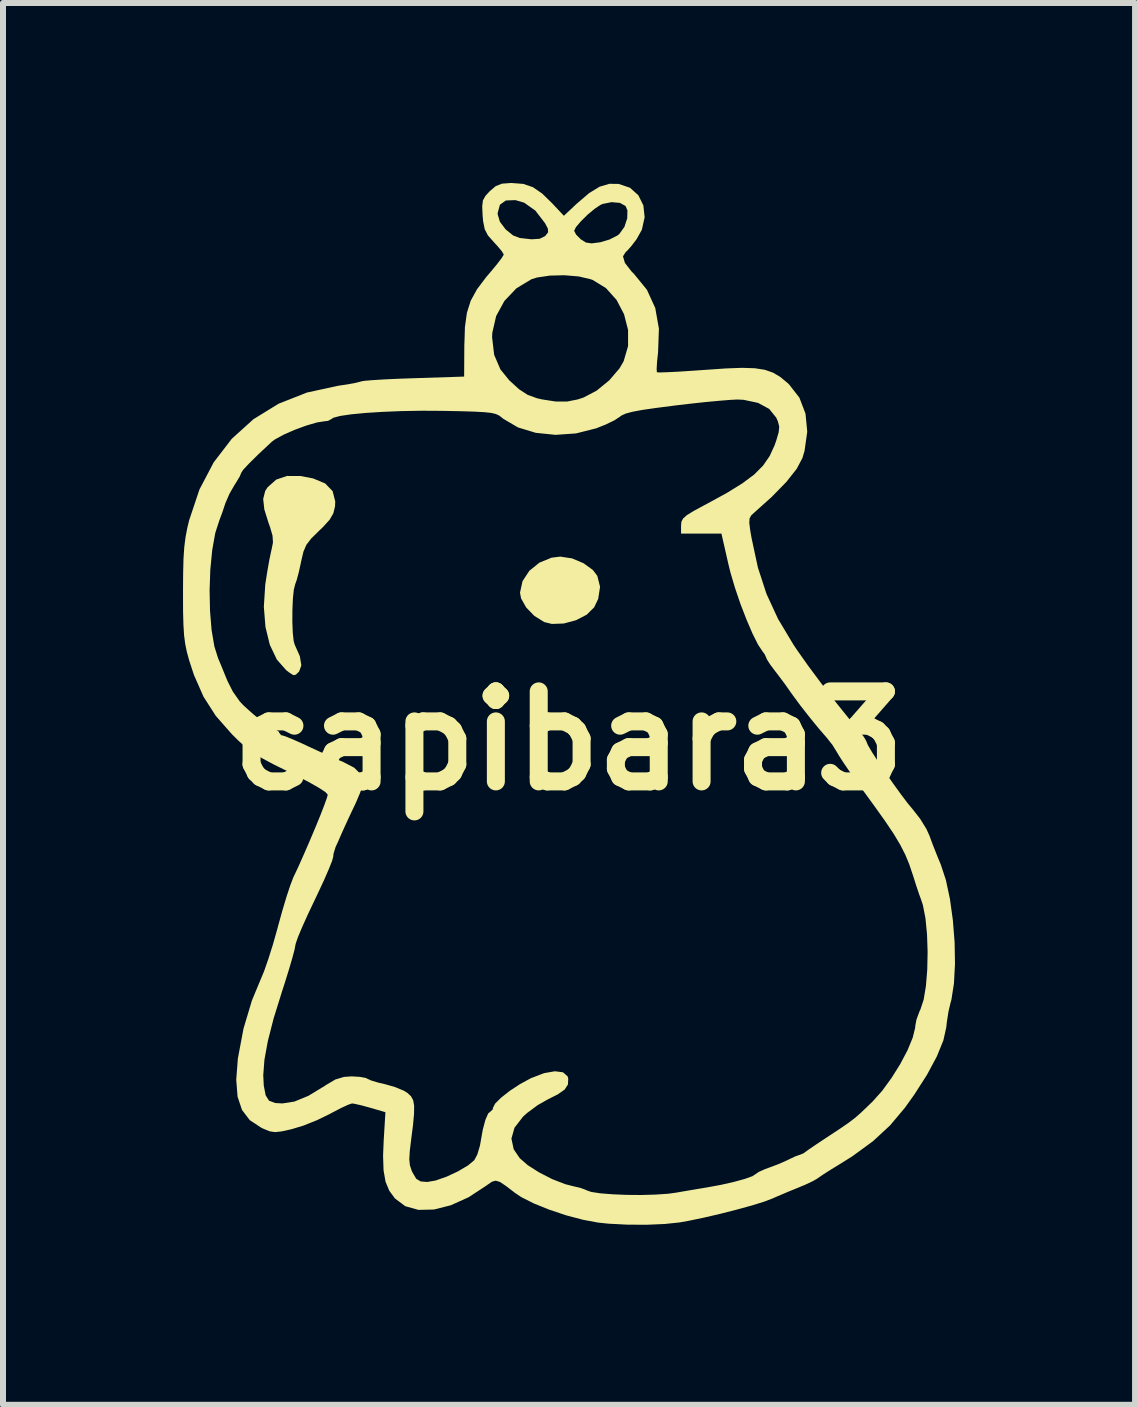
<source format=kicad_pcb>
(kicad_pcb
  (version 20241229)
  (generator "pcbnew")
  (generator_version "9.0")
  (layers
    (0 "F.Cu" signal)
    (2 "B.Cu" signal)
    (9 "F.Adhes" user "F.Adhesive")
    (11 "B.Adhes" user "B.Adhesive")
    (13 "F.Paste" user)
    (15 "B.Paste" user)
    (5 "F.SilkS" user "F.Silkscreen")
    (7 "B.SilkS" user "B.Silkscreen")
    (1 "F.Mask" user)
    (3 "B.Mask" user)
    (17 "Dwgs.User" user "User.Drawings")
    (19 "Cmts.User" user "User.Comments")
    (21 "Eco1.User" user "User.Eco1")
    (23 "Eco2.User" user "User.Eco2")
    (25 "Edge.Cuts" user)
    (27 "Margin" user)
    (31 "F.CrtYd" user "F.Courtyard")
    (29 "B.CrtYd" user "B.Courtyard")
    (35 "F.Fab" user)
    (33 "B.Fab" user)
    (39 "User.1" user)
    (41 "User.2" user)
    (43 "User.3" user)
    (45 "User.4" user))
  (footprint "capibara3"
    (layer "F.Cu")
    (at 6.428 9.294)
    (property "Reference" "capibara3" (at 0 0 0) (layer "F.SilkS") (effects (font (size 1.5 1.5) (thickness 0.3))))
    (attr board_only exclude_from_pos_files exclude_from_bom)
    (fp_poly (pts (xy 0.056 -3.038) (xy 0.248 -2.957) (xy 0.403 -2.844) (xy 0.476 -2.748) (xy 0.522 -2.565) (xy 0.491 -2.363) (xy 0.424 -2.223) (xy 0.301 -2.101) (xy 0.122 -2.008) (xy -0.083 -1.953) (xy -0.281 -1.946) (xy -0.408 -1.977) (xy -0.573 -2.08) (xy -0.709 -2.22) (xy -0.794 -2.371) (xy -0.812 -2.467) (xy -0.77 -2.659) (xy -0.656 -2.832) (xy -0.489 -2.967) (xy -0.287 -3.05) (xy -0.14 -3.068)) (stroke (width 0) (type solid)) (fill yes) (layer "F.SilkS"))
    (fp_poly (pts (xy -4.47 -4.411) (xy -4.26 -4.371) (xy -4.059 -4.287) (xy -3.935 -4.159) (xy -3.891 -3.988) (xy -3.895 -3.903) (xy -3.923 -3.789) (xy -3.985 -3.682) (xy -4.097 -3.559) (xy -4.162 -3.497) (xy -4.292 -3.369) (xy -4.372 -3.265) (xy -4.421 -3.151) (xy -4.458 -2.995) (xy -4.461 -2.978) (xy -4.497 -2.814) (xy -4.533 -2.679) (xy -4.558 -2.609) (xy -4.581 -2.519) (xy -4.597 -2.367) (xy -4.605 -2.179) (xy -4.606 -1.981) (xy -4.599 -1.8) (xy -4.584 -1.661) (xy -4.567 -1.601) (xy -4.481 -1.408) (xy -4.456 -1.255) (xy -4.493 -1.153) (xy -4.495 -1.151) (xy -4.548 -1.1) (xy -4.589 -1.092) (xy -4.651 -1.131) (xy -4.71 -1.177) (xy -4.865 -1.353) (xy -4.981 -1.597) (xy -5.054 -1.895) (xy -5.081 -2.232) (xy -5.058 -2.594) (xy -5.056 -2.612) (xy -5.024 -2.817) (xy -4.99 -3.01) (xy -4.959 -3.158) (xy -4.953 -3.182) (xy -4.929 -3.303) (xy -4.936 -3.416) (xy -4.977 -3.558) (xy -5.001 -3.624) (xy -5.073 -3.854) (xy -5.092 -4.029) (xy -5.058 -4.163) (xy -5.018 -4.224) (xy -4.875 -4.351) (xy -4.696 -4.412)) (stroke (width 0) (type solid)) (fill yes) (layer "F.SilkS"))
    (fp_poly (pts (xy -0.756 -9.279) (xy -0.596 -9.224) (xy -0.441 -9.117) (xy -0.278 -8.958) (xy -0.081 -8.748) (xy 0.133 -8.949) (xy 0.339 -9.125) (xy 0.515 -9.233) (xy 0.678 -9.281) (xy 0.831 -9.279) (xy 1.021 -9.215) (xy 1.161 -9.089) (xy 1.244 -8.92) (xy 1.265 -8.723) (xy 1.219 -8.516) (xy 1.131 -8.358) (xy 1.045 -8.245) (xy 0.974 -8.165) (xy 0.95 -8.145) (xy 0.904 -8.072) (xy 0.936 -7.963) (xy 1.045 -7.822) (xy 1.087 -7.78) (xy 1.303 -7.515) (xy 1.442 -7.211) (xy 1.503 -6.866) (xy 1.489 -6.473) (xy 1.489 -6.473) (xy 1.472 -6.315) (xy 1.465 -6.196) (xy 1.469 -6.141) (xy 1.469 -6.14) (xy 1.518 -6.137) (xy 1.642 -6.141) (xy 1.827 -6.15) (xy 2.056 -6.165) (xy 2.274 -6.18) (xy 2.62 -6.204) (xy 2.891 -6.214) (xy 3.103 -6.207) (xy 3.269 -6.181) (xy 3.404 -6.134) (xy 3.524 -6.063) (xy 3.643 -5.965) (xy 3.672 -5.938) (xy 3.844 -5.717) (xy 3.946 -5.45) (xy 3.975 -5.15) (xy 3.93 -4.83) (xy 3.895 -4.712) (xy 3.8 -4.532) (xy 3.629 -4.315) (xy 3.383 -4.063) (xy 3.099 -3.808) (xy 3.043 -3.757) (xy 3.014 -3.706) (xy 3.009 -3.631) (xy 3.024 -3.51) (xy 3.047 -3.377) (xy 3.153 -2.884) (xy 3.296 -2.446) (xy 3.488 -2.03) (xy 3.743 -1.604) (xy 3.799 -1.52) (xy 3.99 -1.249) (xy 4.221 -0.939) (xy 4.47 -0.617) (xy 4.718 -0.309) (xy 4.845 -0.158) (xy 4.919 -0.062) (xy 4.959 0.006) (xy 4.961 0.015) (xy 4.987 0.076) (xy 5.056 0.193) (xy 5.157 0.35) (xy 5.278 0.529) (xy 5.408 0.716) (xy 5.536 0.893) (xy 5.65 1.044) (xy 5.738 1.15) (xy 5.858 1.304) (xy 5.96 1.469) (xy 6.01 1.579) (xy 6.067 1.733) (xy 6.142 1.923) (xy 6.2 2.062) (xy 6.285 2.32) (xy 6.353 2.638) (xy 6.402 2.993) (xy 6.431 3.361) (xy 6.437 3.719) (xy 6.42 4.044) (xy 6.378 4.313) (xy 6.361 4.376) (xy 6.328 4.517) (xy 6.301 4.693) (xy 6.292 4.776) (xy 6.244 4.993) (xy 6.135 5.261) (xy 5.971 5.567) (xy 5.757 5.901) (xy 5.603 6.116) (xy 5.356 6.41) (xy 5.071 6.674) (xy 4.729 6.924) (xy 4.512 7.06) (xy 4.36 7.153) (xy 4.232 7.235) (xy 4.155 7.288) (xy 4.151 7.292) (xy 4.072 7.338) (xy 3.943 7.399) (xy 3.838 7.443) (xy 3.659 7.516) (xy 3.475 7.594) (xy 3.396 7.629) (xy 3.256 7.682) (xy 3.05 7.746) (xy 2.799 7.815) (xy 2.524 7.885) (xy 2.249 7.949) (xy 1.994 8.002) (xy 1.85 8.028) (xy 1.601 8.054) (xy 1.298 8.067) (xy 0.974 8.065) (xy 0.664 8.049) (xy 0.491 8.031) (xy 0.238 7.984) (xy -0.042 7.91) (xy -0.323 7.816) (xy -0.581 7.712) (xy -0.791 7.606) (xy -0.894 7.537) (xy -1.045 7.421) (xy -1.145 7.354) (xy -1.216 7.332) (xy -1.278 7.349) (xy -1.352 7.399) (xy -1.367 7.411) (xy -1.668 7.608) (xy -1.965 7.742) (xy -2.247 7.813) (xy -2.504 7.819) (xy -2.723 7.758) (xy -2.896 7.629) (xy -2.991 7.499) (xy -3.053 7.349) (xy -3.086 7.159) (xy -3.094 6.914) (xy -3.084 6.671) (xy -3.055 6.191) (xy -3.305 6.118) (xy -3.451 6.078) (xy -3.565 6.052) (xy -3.611 6.045) (xy -3.674 6.066) (xy -3.793 6.121) (xy -3.945 6.2) (xy -3.991 6.225) (xy -4.195 6.324) (xy -4.42 6.414) (xy -4.618 6.474) (xy -4.621 6.475) (xy -4.785 6.511) (xy -4.894 6.523) (xy -4.982 6.51) (xy -5.081 6.47) (xy -5.129 6.447) (xy -5.316 6.323) (xy -5.445 6.154) (xy -5.519 5.932) (xy -5.541 5.649) (xy -5.514 5.297) (xy -5.512 5.287) (xy -5.42 4.798) (xy -5.28 4.33) (xy -5.14 3.993) (xy -5.079 3.847) (xy -5.006 3.638) (xy -4.929 3.394) (xy -4.857 3.139) (xy -4.844 3.09) (xy -4.776 2.844) (xy -4.707 2.612) (xy -4.642 2.415) (xy -4.59 2.278) (xy -4.579 2.256) (xy -4.502 2.092) (xy -4.413 1.892) (xy -4.318 1.673) (xy -4.225 1.453) (xy -4.141 1.248) (xy -4.074 1.075) (xy -4.03 0.953) (xy -4.016 0.899) (xy -4.055 0.856) (xy -4.167 0.783) (xy -4.339 0.685) (xy -4.562 0.571) (xy -4.656 0.524) (xy -4.912 0.398) (xy -5.105 0.295) (xy -5.256 0.203) (xy -5.382 0.109) (xy -5.505 -0.001) (xy -5.614 -0.109) (xy -5.882 -0.414) (xy -6.087 -0.734) (xy -6.246 -1.096) (xy -6.323 -1.331) (xy -6.363 -1.476) (xy -6.391 -1.61) (xy -6.41 -1.755) (xy -6.421 -1.928) (xy -6.427 -2.151) (xy -6.428 -2.441) (xy -6.428 -2.481) (xy -6.428 -2.508) (xy -5.985 -2.508) (xy -5.978 -2.164) (xy -5.952 -1.844) (xy -5.905 -1.569) (xy -5.844 -1.376) (xy -5.794 -1.257) (xy -5.729 -1.097) (xy -5.686 -0.993) (xy -5.598 -0.819) (xy -5.483 -0.655) (xy -5.419 -0.587) (xy -5.26 -0.444) (xy -5.107 -0.32) (xy -4.978 -0.229) (xy -4.891 -0.183) (xy -4.875 -0.18) (xy -4.829 -0.148) (xy -4.827 -0.135) (xy -4.793 -0.092) (xy -4.779 -0.09) (xy -4.72 -0.072) (xy -4.6 -0.023) (xy -4.44 0.048) (xy -4.34 0.095) (xy -4.145 0.185) (xy -3.958 0.269) (xy -3.81 0.333) (xy -3.767 0.35) (xy -3.575 0.45) (xy -3.455 0.569) (xy -3.418 0.664) (xy -3.432 0.739) (xy -3.478 0.871) (xy -3.548 1.036) (xy -3.581 1.105) (xy -3.665 1.283) (xy -3.738 1.442) (xy -3.789 1.555) (xy -3.799 1.579) (xy -3.85 1.696) (xy -3.885 1.77) (xy -3.92 1.884) (xy -3.925 1.935) (xy -3.944 2.004) (xy -3.997 2.137) (xy -4.076 2.319) (xy -4.176 2.534) (xy -4.24 2.669) (xy -4.348 2.896) (xy -4.44 3.101) (xy -4.51 3.267) (xy -4.549 3.378) (xy -4.556 3.411) (xy -4.57 3.485) (xy -4.608 3.627) (xy -4.665 3.821) (xy -4.736 4.049) (xy -4.782 4.191) (xy -4.919 4.632) (xy -5.014 5.004) (xy -5.071 5.315) (xy -5.091 5.576) (xy -5.082 5.748) (xy -5.051 5.909) (xy -4.995 5.999) (xy -4.893 6.038) (xy -4.772 6.045) (xy -4.572 6.014) (xy -4.34 5.919) (xy -4.068 5.754) (xy -4.05 5.741) (xy -3.889 5.646) (xy -3.745 5.603) (xy -3.619 5.594) (xy -3.482 5.602) (xy -3.383 5.62) (xy -3.359 5.632) (xy -3.294 5.662) (xy -3.171 5.699) (xy -3.059 5.725) (xy -2.895 5.772) (xy -2.75 5.832) (xy -2.687 5.871) (xy -2.629 5.925) (xy -2.593 5.99) (xy -2.576 6.083) (xy -2.578 6.219) (xy -2.596 6.414) (xy -2.625 6.639) (xy -2.649 6.839) (xy -2.657 6.976) (xy -2.647 7.075) (xy -2.619 7.161) (xy -2.603 7.196) (xy -2.541 7.301) (xy -2.467 7.345) (xy -2.358 7.354) (xy -2.216 7.329) (xy -2.034 7.265) (xy -1.844 7.176) (xy -1.678 7.078) (xy -1.573 6.99) (xy -1.523 6.895) (xy -1.481 6.754) (xy -1.469 6.69) (xy -1.433 6.485) (xy -1.389 6.32) (xy -1.343 6.213) (xy -1.305 6.181) (xy -1.267 6.145) (xy -1.263 6.119) (xy -1.226 6.047) (xy -1.126 5.948) (xy -0.982 5.835) (xy -0.812 5.723) (xy -0.633 5.626) (xy -0.621 5.621) (xy -0.41 5.54) (xy -0.23 5.509) (xy -0.096 5.526) (xy -0.019 5.593) (xy -0.008 5.631) (xy -0.013 5.729) (xy -0.067 5.813) (xy -0.184 5.895) (xy -0.338 5.972) (xy -0.515 6.072) (xy -0.691 6.202) (xy -0.762 6.266) (xy -0.904 6.45) (xy -0.955 6.631) (xy -0.917 6.809) (xy -0.817 6.957) (xy -0.683 7.074) (xy -0.491 7.196) (xy -0.274 7.307) (xy -0.06 7.39) (xy 0.068 7.423) (xy 0.193 7.452) (xy 0.281 7.484) (xy 0.293 7.491) (xy 0.375 7.52) (xy 0.527 7.543) (xy 0.73 7.559) (xy 0.964 7.569) (xy 1.21 7.571) (xy 1.447 7.564) (xy 1.656 7.55) (xy 1.782 7.533) (xy 1.956 7.503) (xy 2.163 7.468) (xy 2.296 7.446) (xy 2.536 7.402) (xy 2.755 7.352) (xy 2.935 7.303) (xy 3.06 7.258) (xy 3.109 7.226) (xy 3.164 7.188) (xy 3.275 7.138) (xy 3.339 7.115) (xy 3.496 7.056) (xy 3.641 6.992) (xy 3.677 6.974) (xy 3.779 6.926) (xy 3.845 6.903) (xy 3.848 6.903) (xy 3.911 6.877) (xy 3.938 6.858) (xy 3.998 6.814) (xy 4.114 6.735) (xy 4.266 6.634) (xy 4.354 6.576) (xy 4.536 6.456) (xy 4.666 6.366) (xy 4.767 6.289) (xy 4.863 6.206) (xy 4.977 6.097) (xy 5.067 6.01) (xy 5.224 5.834) (xy 5.38 5.62) (xy 5.525 5.388) (xy 5.646 5.159) (xy 5.732 4.951) (xy 5.773 4.786) (xy 5.775 4.756) (xy 5.795 4.648) (xy 5.845 4.512) (xy 5.861 4.479) (xy 5.915 4.316) (xy 5.953 4.086) (xy 5.975 3.813) (xy 5.981 3.518) (xy 5.971 3.226) (xy 5.945 2.959) (xy 5.902 2.738) (xy 5.869 2.639) (xy 5.837 2.552) (xy 5.789 2.409) (xy 5.736 2.24) (xy 5.733 2.233) (xy 5.675 2.06) (xy 5.609 1.9) (xy 5.526 1.737) (xy 5.418 1.556) (xy 5.275 1.343) (xy 5.089 1.082) (xy 4.974 0.924) (xy 4.823 0.717) (xy 4.686 0.523) (xy 4.575 0.36) (xy 4.501 0.245) (xy 4.482 0.212) (xy 4.398 0.075) (xy 4.304 -0.045) (xy 4.174 -0.195) (xy 4.02 -0.383) (xy 3.867 -0.578) (xy 3.74 -0.75) (xy 3.699 -0.807) (xy 3.6 -0.948) (xy 3.482 -1.105) (xy 3.44 -1.159) (xy 3.357 -1.27) (xy 3.304 -1.353) (xy 3.293 -1.379) (xy 3.267 -1.438) (xy 3.232 -1.485) (xy 3.154 -1.603) (xy 3.062 -1.787) (xy 2.962 -2.02) (xy 2.862 -2.279) (xy 2.771 -2.547) (xy 2.695 -2.803) (xy 2.663 -2.933) (xy 2.545 -3.451) (xy 2.208 -3.451) (xy 1.872 -3.451) (xy 1.872 -3.586) (xy 1.878 -3.65) (xy 1.906 -3.703) (xy 1.969 -3.759) (xy 2.081 -3.828) (xy 2.258 -3.924) (xy 2.302 -3.947) (xy 2.635 -4.129) (xy 2.894 -4.289) (xy 3.092 -4.437) (xy 3.239 -4.585) (xy 3.348 -4.743) (xy 3.43 -4.921) (xy 3.458 -5.001) (xy 3.499 -5.141) (xy 3.508 -5.235) (xy 3.486 -5.321) (xy 3.458 -5.384) (xy 3.341 -5.529) (xy 3.155 -5.63) (xy 2.914 -5.681) (xy 2.808 -5.686) (xy 2.693 -5.68) (xy 2.509 -5.665) (xy 2.273 -5.643) (xy 2.006 -5.614) (xy 1.769 -5.586) (xy 1.46 -5.546) (xy 1.229 -5.513) (xy 1.064 -5.482) (xy 0.951 -5.452) (xy 0.88 -5.42) (xy 0.851 -5.398) (xy 0.761 -5.339) (xy 0.617 -5.269) (xy 0.458 -5.206) (xy 0.122 -5.121) (xy -0.221 -5.097) (xy -0.55 -5.131) (xy -0.846 -5.221) (xy -1.091 -5.365) (xy -1.12 -5.389) (xy -1.163 -5.421) (xy -1.216 -5.445) (xy -1.293 -5.463) (xy -1.408 -5.475) (xy -1.574 -5.484) (xy -1.802 -5.491) (xy -2.108 -5.497) (xy -2.113 -5.497) (xy -2.454 -5.499) (xy -2.789 -5.493) (xy -3.105 -5.48) (xy -3.389 -5.462) (xy -3.628 -5.439) (xy -3.81 -5.412) (xy -3.923 -5.382) (xy -3.952 -5.362) (xy -4.011 -5.33) (xy -4.066 -5.324) (xy -4.195 -5.304) (xy -4.373 -5.252) (xy -4.569 -5.18) (xy -4.753 -5.099) (xy -4.896 -5.021) (xy -4.948 -4.983) (xy -5.173 -4.772) (xy -5.331 -4.616) (xy -5.426 -4.514) (xy -5.459 -4.463) (xy -5.459 -4.462) (xy -5.482 -4.405) (xy -5.541 -4.306) (xy -5.569 -4.263) (xy -5.654 -4.115) (xy -5.722 -3.958) (xy -5.73 -3.934) (xy -5.775 -3.799) (xy -5.817 -3.687) (xy -5.821 -3.677) (xy -5.891 -3.46) (xy -5.941 -3.178) (xy -5.973 -2.853) (xy -5.985 -2.508) (xy -6.428 -2.508) (xy -6.426 -2.792) (xy -6.42 -3.034) (xy -6.407 -3.227) (xy -6.386 -3.393) (xy -6.355 -3.553) (xy -6.326 -3.673) (xy -6.154 -4.187) (xy -5.916 -4.64) (xy -5.615 -5.032) (xy -5.254 -5.358) (xy -4.835 -5.616) (xy -4.363 -5.802) (xy -3.849 -5.914) (xy -3.677 -5.94) (xy -3.54 -5.966) (xy -3.463 -5.986) (xy -3.456 -5.989) (xy -3.4 -5.998) (xy -3.268 -6.009) (xy -3.076 -6.021) (xy -2.839 -6.032) (xy -2.579 -6.041) (xy -1.743 -6.068) (xy -1.74 -6.587) (xy -1.735 -6.722) (xy -1.277 -6.722) (xy -1.243 -6.431) (xy -1.138 -6.187) (xy -0.992 -6.007) (xy -0.828 -5.857) (xy -0.683 -5.763) (xy -0.525 -5.706) (xy -0.446 -5.688) (xy -0.214 -5.652) (xy -0.028 -5.652) (xy 0.149 -5.687) (xy 0.244 -5.718) (xy 0.464 -5.833) (xy 0.675 -6.005) (xy 0.847 -6.206) (xy 0.915 -6.323) (xy 0.989 -6.577) (xy 0.989 -6.844) (xy 0.922 -7.107) (xy 0.797 -7.346) (xy 0.62 -7.543) (xy 0.4 -7.678) (xy 0.366 -7.69) (xy 0.167 -7.737) (xy -0.073 -7.757) (xy -0.316 -7.751) (xy -0.529 -7.719) (xy -0.622 -7.69) (xy -0.871 -7.54) (xy -1.072 -7.329) (xy -1.21 -7.076) (xy -1.274 -6.797) (xy -1.277 -6.722) (xy -1.735 -6.722) (xy -1.73 -6.891) (xy -1.697 -7.131) (xy -1.633 -7.333) (xy -1.529 -7.523) (xy -1.375 -7.727) (xy -1.309 -7.804) (xy -1.201 -7.934) (xy -1.121 -8.038) (xy -1.084 -8.098) (xy -1.083 -8.102) (xy -1.112 -8.153) (xy -1.187 -8.243) (xy -1.249 -8.31) (xy -1.347 -8.421) (xy -1.4 -8.524) (xy -1.427 -8.658) (xy -1.435 -8.75) (xy -1.436 -8.772) (xy -1.184 -8.772) (xy -1.147 -8.648) (xy -1.052 -8.522) (xy -0.928 -8.421) (xy -0.817 -8.378) (xy -0.618 -8.356) (xy -0.484 -8.365) (xy -0.398 -8.407) (xy -0.386 -8.418) (xy -0.343 -8.474) (xy -0.345 -8.498) (xy 0.09 -8.498) (xy 0.123 -8.434) (xy 0.201 -8.356) (xy 0.202 -8.355) (xy 0.287 -8.302) (xy 0.381 -8.288) (xy 0.522 -8.306) (xy 0.526 -8.307) (xy 0.679 -8.352) (xy 0.809 -8.418) (xy 0.843 -8.444) (xy 0.928 -8.563) (xy 0.975 -8.706) (xy 0.978 -8.839) (xy 0.947 -8.911) (xy 0.853 -8.963) (xy 0.714 -8.975) (xy 0.568 -8.946) (xy 0.527 -8.928) (xy 0.428 -8.861) (xy 0.312 -8.764) (xy 0.203 -8.656) (xy 0.121 -8.56) (xy 0.09 -8.498) (xy -0.345 -8.498) (xy -0.348 -8.535) (xy -0.394 -8.623) (xy -0.556 -8.834) (xy -0.742 -8.966) (xy -0.888 -9.009) (xy -1.048 -9.003) (xy -1.146 -8.933) (xy -1.184 -8.797) (xy -1.184 -8.772) (xy -1.436 -8.772) (xy -1.442 -8.905) (xy -1.43 -9.004) (xy -1.387 -9.081) (xy -1.317 -9.157) (xy -1.217 -9.242) (xy -1.114 -9.283) (xy -0.968 -9.294) (xy -0.949 -9.294)) (stroke (width 0) (type solid)) (fill yes) (layer "F.SilkS")))
  (gr_rect
    (start -3 -3)
    (end 15.866 20.361)
    (stroke (width 0.1) (type default))
    (fill no)
    (layer "Edge.Cuts")))
</source>
